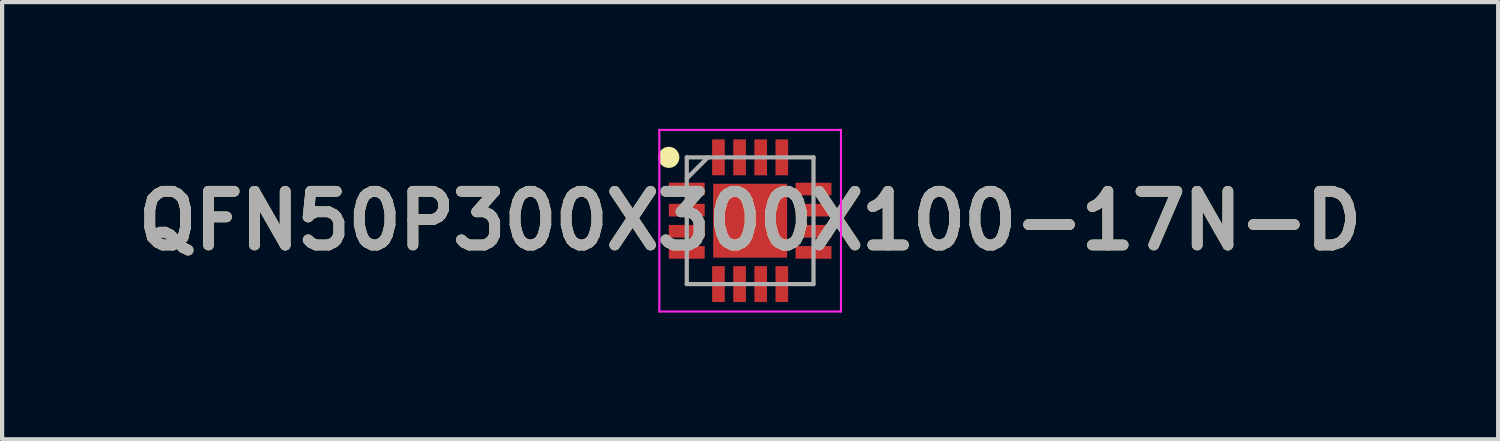
<source format=kicad_pcb>
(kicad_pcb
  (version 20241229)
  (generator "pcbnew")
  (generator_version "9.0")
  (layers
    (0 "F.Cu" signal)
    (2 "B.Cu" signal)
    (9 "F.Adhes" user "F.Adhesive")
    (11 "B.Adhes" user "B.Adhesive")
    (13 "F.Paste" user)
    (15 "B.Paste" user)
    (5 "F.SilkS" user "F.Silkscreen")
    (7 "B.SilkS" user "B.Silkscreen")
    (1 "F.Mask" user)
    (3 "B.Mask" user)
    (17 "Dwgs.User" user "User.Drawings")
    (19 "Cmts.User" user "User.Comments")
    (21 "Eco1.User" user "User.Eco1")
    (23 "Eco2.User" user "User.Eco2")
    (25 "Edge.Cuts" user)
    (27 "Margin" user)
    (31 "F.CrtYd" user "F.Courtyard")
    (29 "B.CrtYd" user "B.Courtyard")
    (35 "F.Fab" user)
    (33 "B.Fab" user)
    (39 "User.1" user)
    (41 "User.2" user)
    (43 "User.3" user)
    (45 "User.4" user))
  (footprint "QFN50P300X300X100-17N-D"
    (layer "F.Cu")
    (at 14.708 2.175)
    (property "Reference" "QFN50P300X300X100-17N-D" (at 0 0 0) (layer "F.SilkS") (effects (font (size 1.27 1.27) (thickness 0.254))))
    (attr smd)
    (fp_circle (center -1.925 -1.5) (end -1.925 -1.375) (stroke (width 0.25) (type solid)) (fill no) (layer "F.SilkS"))
    (fp_line (start -2.15 -2.15) (end 2.15 -2.15) (stroke (width 0.05) (type solid)) (layer "F.CrtYd"))
    (fp_line (start -2.15 2.15) (end -2.15 -2.15) (stroke (width 0.05) (type solid)) (layer "F.CrtYd"))
    (fp_line (start 2.15 -2.15) (end 2.15 2.15) (stroke (width 0.05) (type solid)) (layer "F.CrtYd"))
    (fp_line (start 2.15 2.15) (end -2.15 2.15) (stroke (width 0.05) (type solid)) (layer "F.CrtYd"))
    (fp_line (start -1.5 -1.5) (end 1.5 -1.5) (stroke (width 0.1) (type solid)) (layer "F.Fab"))
    (fp_line (start -1.5 -1) (end -1 -1.5) (stroke (width 0.1) (type solid)) (layer "F.Fab"))
    (fp_line (start -1.5 1.5) (end -1.5 -1.5) (stroke (width 0.1) (type solid)) (layer "F.Fab"))
    (fp_line (start 1.5 -1.5) (end 1.5 1.5) (stroke (width 0.1) (type solid)) (layer "F.Fab"))
    (fp_line (start 1.5 1.5) (end -1.5 1.5) (stroke (width 0.1) (type solid)) (layer "F.Fab"))
    (fp_text user "${REFERENCE}" (at 0 0 0) (layer "F.Fab") (effects (font (size 1.27 1.27) (thickness 0.254))))
    (pad "1" smd rect (at -1.5 -0.75 90) (size 0.3 0.85) (layers "F.Cu" "F.Mask" "F.Paste"))
    (pad "2" smd rect (at -1.5 -0.25 90) (size 0.3 0.85) (layers "F.Cu" "F.Mask" "F.Paste"))
    (pad "3" smd rect (at -1.5 0.25 90) (size 0.3 0.85) (layers "F.Cu" "F.Mask" "F.Paste"))
    (pad "4" smd rect (at -1.5 0.75 90) (size 0.3 0.85) (layers "F.Cu" "F.Mask" "F.Paste"))
    (pad "5" smd rect (at -0.75 1.5) (size 0.3 0.85) (layers "F.Cu" "F.Mask" "F.Paste"))
    (pad "6" smd rect (at -0.25 1.5) (size 0.3 0.85) (layers "F.Cu" "F.Mask" "F.Paste"))
    (pad "7" smd rect (at 0.25 1.5) (size 0.3 0.85) (layers "F.Cu" "F.Mask" "F.Paste"))
    (pad "8" smd rect (at 0.75 1.5) (size 0.3 0.85) (layers "F.Cu" "F.Mask" "F.Paste"))
    (pad "9" smd rect (at 1.5 0.75 90) (size 0.3 0.85) (layers "F.Cu" "F.Mask" "F.Paste"))
    (pad "10" smd rect (at 1.5 0.25 90) (size 0.3 0.85) (layers "F.Cu" "F.Mask" "F.Paste"))
    (pad "11" smd rect (at 1.5 -0.25 90) (size 0.3 0.85) (layers "F.Cu" "F.Mask" "F.Paste"))
    (pad "12" smd rect (at 1.5 -0.75 90) (size 0.3 0.85) (layers "F.Cu" "F.Mask" "F.Paste"))
    (pad "13" smd rect (at 0.75 -1.5) (size 0.3 0.85) (layers "F.Cu" "F.Mask" "F.Paste"))
    (pad "14" smd rect (at 0.25 -1.5) (size 0.3 0.85) (layers "F.Cu" "F.Mask" "F.Paste"))
    (pad "15" smd rect (at -0.25 -1.5) (size 0.3 0.85) (layers "F.Cu" "F.Mask" "F.Paste"))
    (pad "16" smd rect (at -0.75 -1.5) (size 0.3 0.85) (layers "F.Cu" "F.Mask" "F.Paste"))
    (pad "17" smd rect (at 0 0) (size 1.75 1.75) (layers "F.Cu" "F.Mask" "F.Paste")))
  (gr_rect
    (start -3 -3)
    (end 32.416 7.35)
    (stroke (width 0.1) (type default))
    (fill no)
    (layer "Edge.Cuts")))
</source>
